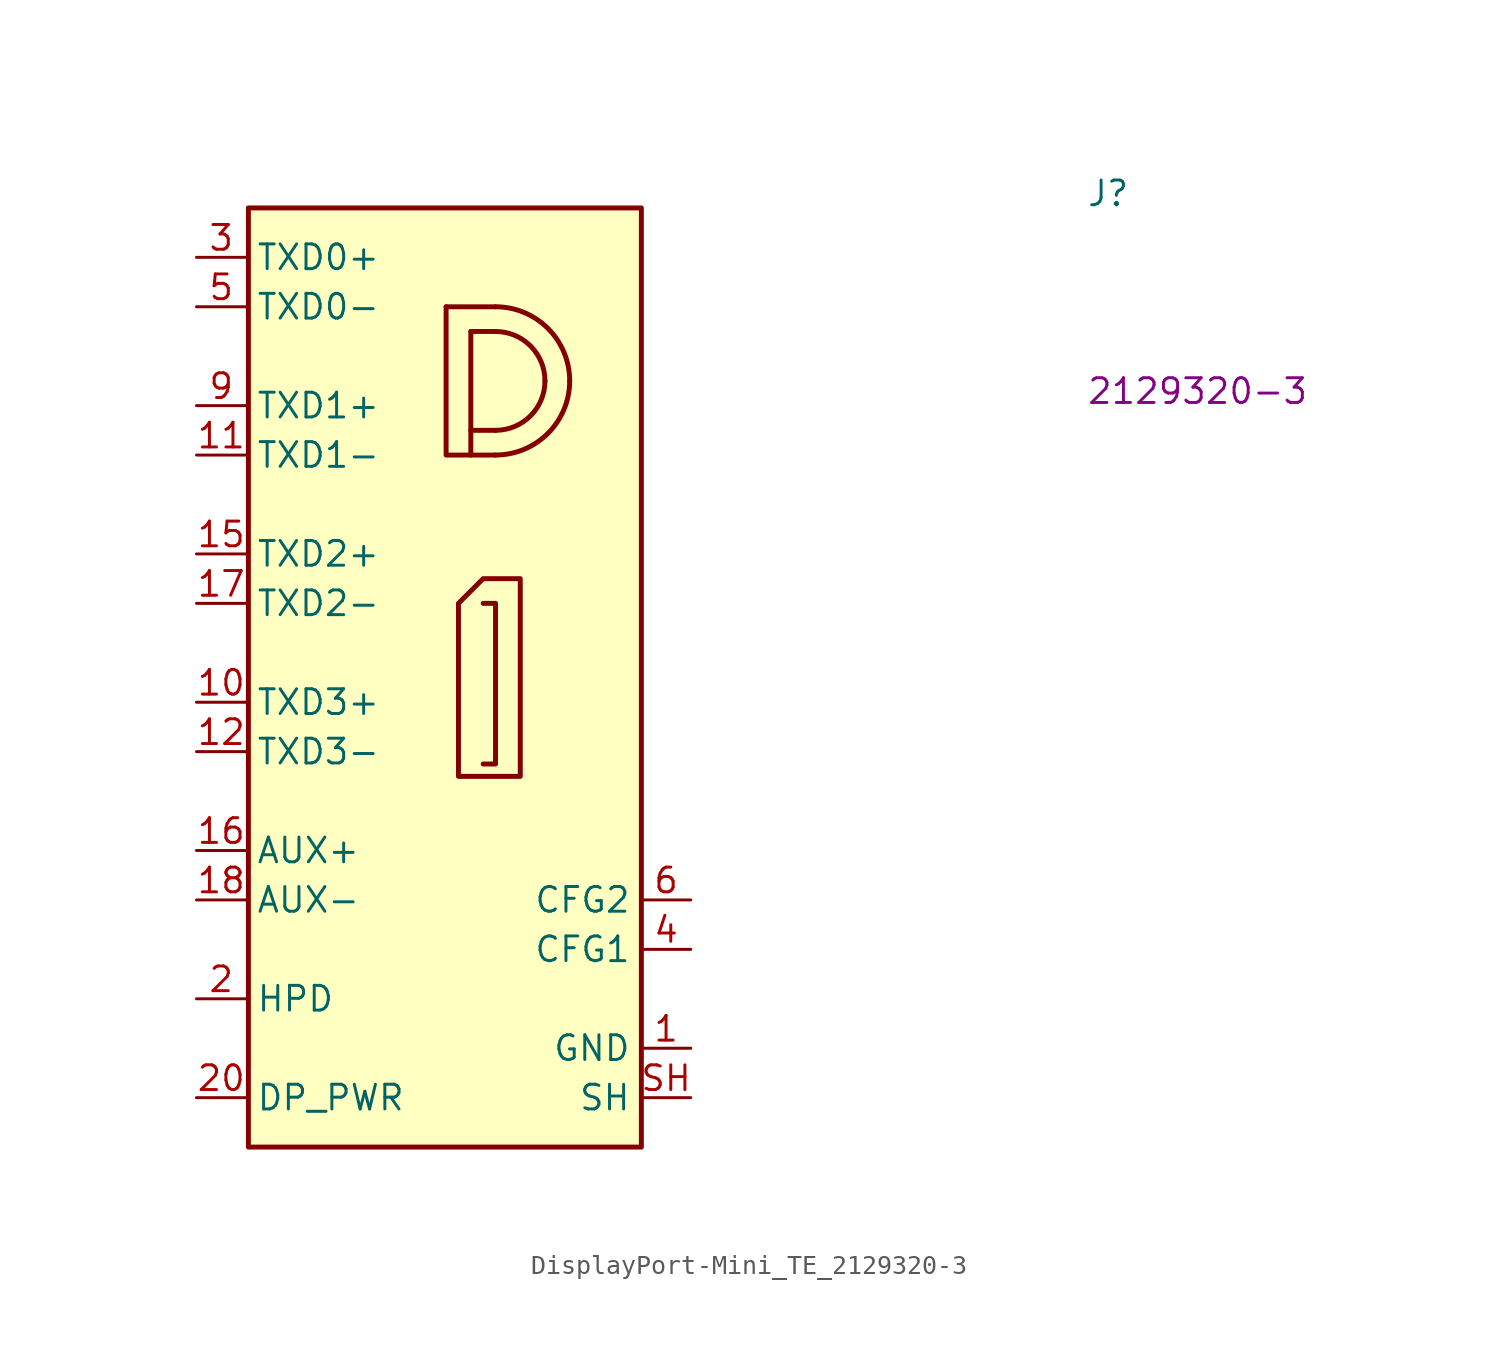
<source format=kicad_sym>
(kicad_symbol_lib
  (version 20220914)
  (generator kicad_symbol_editor)
  (symbol "DisplayPort-Mini_TE_2129320-3"
    (property "Reference" "J"
      (at 45.72 2.54 0)
      (effects (font (size 1.27 1.27) (thickness 0.15)) (justify left bottom)))
    (property "MPN" "2129320-3"
      (at 45.72 -7.62 0)
      (effects (font (size 1.27 1.27) (thickness 0.15)) (justify left bottom)))
    (symbol "DisplayPort-Mini_TE_2129320-3_1_1"
      (polyline (pts (xy 12.827 -2.54) (xy 15.367 -2.54)) (stroke (width 0.254) (type default)) (fill (type background)))
      (polyline (pts (xy 14.097 -3.81) (xy 14.097 -10.16)) (stroke (width 0.254) (type default)) (fill (type background)))
      (polyline (pts (xy 15.367 -8.89) (xy 14.097 -8.89)) (stroke (width 0.254) (type default)) (fill (type background)))
      (polyline (pts (xy 15.367 -3.81) (xy 14.097 -3.81)) (stroke (width 0.254) (type default)) (fill (type background)))
      (polyline (pts (xy 12.827 -2.54) (xy 12.827 -10.16) (xy 15.367 -10.16)) (stroke (width 0.254) (type default)) (fill (type background)))
      (polyline (pts (xy 14.732 -26.035) (xy 15.367 -26.035) (xy 15.367 -17.78) (xy 14.732 -17.78)) (stroke (width 0.254) (type default)) (fill (type background)))
      (polyline (pts (xy 13.462 -17.78) (xy 14.732 -16.51) (xy 16.637 -16.51) (xy 16.637 -26.67) (xy 13.462 -26.67) (xy 13.462 -17.78)) (stroke (width 0.254) (type default)) (fill (type background)))
      (rectangle (start 2.667 2.54) (end 22.86 -45.72) (stroke (width 0.254) (type default)) (fill (type background)))
      (arc (start 15.367 -10.16) (mid 18.061 -9.0441) (end 19.177 -6.35) (stroke (width 0.254) (type default)) (fill (type background)))
      (arc (start 15.367 -8.89) (mid 17.1631 -8.1461) (end 17.907 -6.35) (stroke (width 0.254) (type default)) (fill (type background)))
      (arc (start 17.907 -6.35) (mid 17.1631 -4.5539) (end 15.367 -3.81) (stroke (width 0.254) (type default)) (fill (type background)))
      (arc (start 19.177 -6.35) (mid 18.0611 -3.656) (end 15.367 -2.54) (stroke (width 0.254) (type default)) (fill (type background)))
      (pin power_in line (at 25.4 -40.64 180) (length 2.54) (name "GND" (effects (font (size 1.27 1.27)))) (number "1" (effects (font (size 1.27 1.27)))))
      (pin bidirectional line (at 0 -22.86 0) (length 2.54) (name "TXD3+" (effects (font (size 1.27 1.27)))) (number "10" (effects (font (size 1.27 1.27)))))
      (pin bidirectional line (at 0 -10.16 0) (length 2.54) (name "TXD1-" (effects (font (size 1.27 1.27)))) (number "11" (effects (font (size 1.27 1.27)))))
      (pin bidirectional line (at 0 -25.4 0) (length 2.54) (name "TXD3-" (effects (font (size 1.27 1.27)))) (number "12" (effects (font (size 1.27 1.27)))))
      (pin passive line (at 25.4 -40.64 180) (length 2.54) hide (name "GND" (effects (font (size 1.27 1.27)))) (number "13" (effects (font (size 1.27 1.27)))))
      (pin passive line (at 25.4 -40.64 180) (length 2.54) hide (name "GND" (effects (font (size 1.27 1.27)))) (number "14" (effects (font (size 1.27 1.27)))))
      (pin bidirectional line (at 0 -15.24 0) (length 2.54) (name "TXD2+" (effects (font (size 1.27 1.27)))) (number "15" (effects (font (size 1.27 1.27)))))
      (pin bidirectional line (at 0 -30.48 0) (length 2.54) (name "AUX+" (effects (font (size 1.27 1.27)))) (number "16" (effects (font (size 1.27 1.27)))))
      (pin bidirectional line (at 0 -17.78 0) (length 2.54) (name "TXD2-" (effects (font (size 1.27 1.27)))) (number "17" (effects (font (size 1.27 1.27)))))
      (pin bidirectional line (at 0 -33.02 0) (length 2.54) (name "AUX-" (effects (font (size 1.27 1.27)))) (number "18" (effects (font (size 1.27 1.27)))))
      (pin passive line (at 25.4 -40.64 180) (length 2.54) hide (name "GND" (effects (font (size 1.27 1.27)))) (number "19" (effects (font (size 1.27 1.27)))))
      (pin passive line (at 0 -38.1 0) (length 2.54) (name "HPD" (effects (font (size 1.27 1.27)))) (number "2" (effects (font (size 1.27 1.27)))))
      (pin power_in line (at 0 -43.18 0) (length 2.54) (name "DP_PWR" (effects (font (size 1.27 1.27)))) (number "20" (effects (font (size 1.27 1.27)))))
      (pin bidirectional line (at 0 0 0) (length 2.54) (name "TXD0+" (effects (font (size 1.27 1.27)))) (number "3" (effects (font (size 1.27 1.27)))))
      (pin passive line (at 25.4 -35.56 180) (length 2.54) (name "CFG1" (effects (font (size 1.27 1.27)))) (number "4" (effects (font (size 1.27 1.27)))))
      (pin bidirectional line (at 0 -2.54 0) (length 2.54) (name "TXD0-" (effects (font (size 1.27 1.27)))) (number "5" (effects (font (size 1.27 1.27)))))
      (pin passive line (at 25.4 -33.02 180) (length 2.54) (name "CFG2" (effects (font (size 1.27 1.27)))) (number "6" (effects (font (size 1.27 1.27)))))
      (pin passive line (at 25.4 -40.64 180) (length 2.54) hide (name "GND" (effects (font (size 1.27 1.27)))) (number "7" (effects (font (size 1.27 1.27)))))
      (pin passive line (at 25.4 -40.64 180) (length 2.54) hide (name "GND" (effects (font (size 1.27 1.27)))) (number "8" (effects (font (size 1.27 1.27)))))
      (pin bidirectional line (at 0 -7.62 0) (length 2.54) (name "TXD1+" (effects (font (size 1.27 1.27)))) (number "9" (effects (font (size 1.27 1.27)))))
      (pin passive line (at 25.4 -43.18 180) (length 2.54) (name "SH" (effects (font (size 1.27 1.27)))) (number "SH" (effects (font (size 1.27 1.27))))))))
</source>
